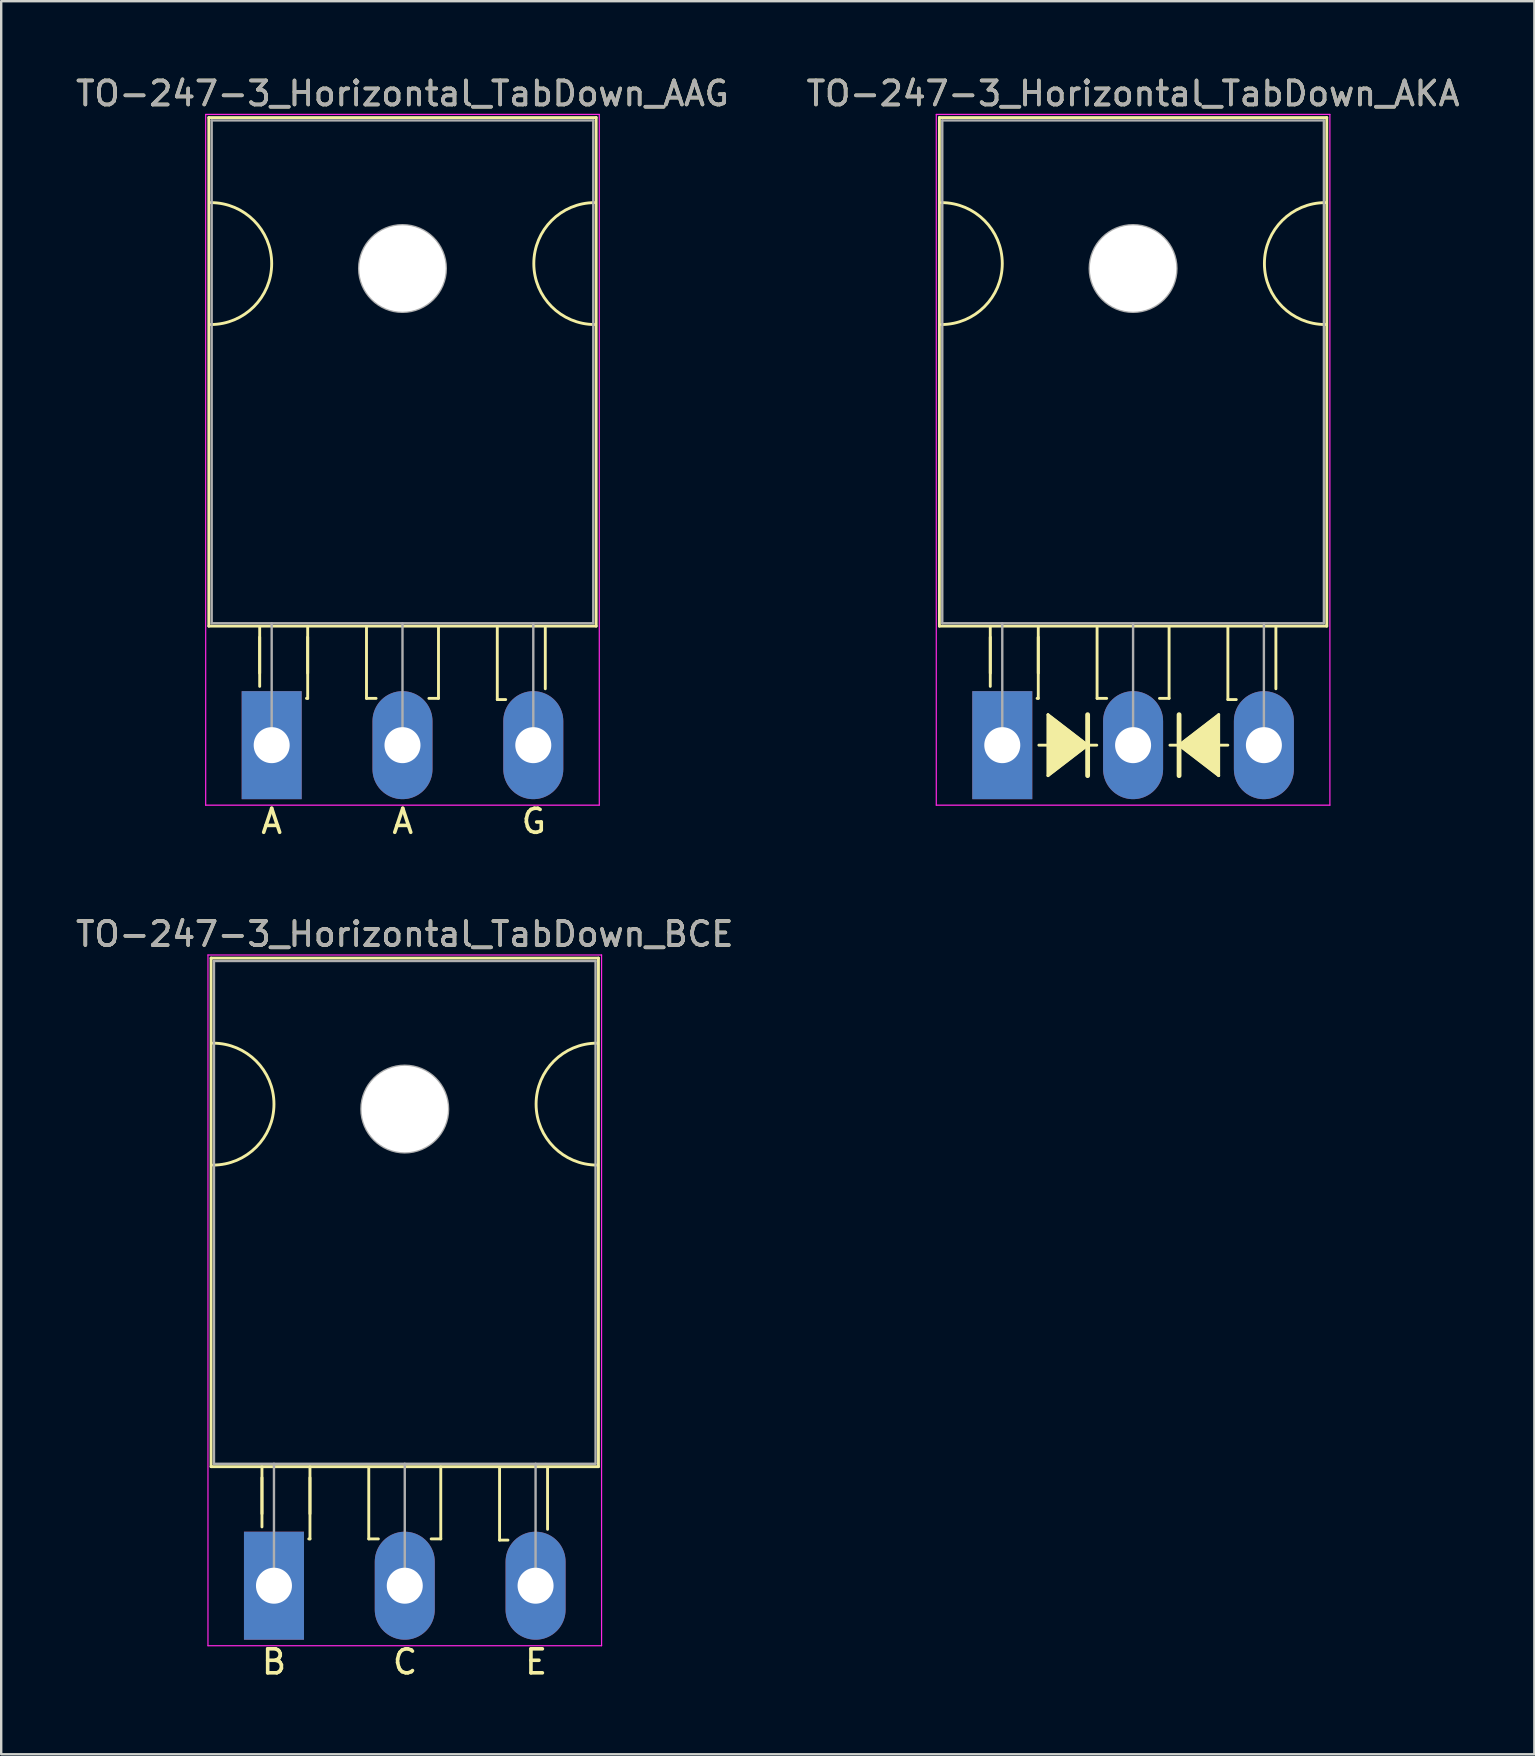
<source format=kicad_pcb>
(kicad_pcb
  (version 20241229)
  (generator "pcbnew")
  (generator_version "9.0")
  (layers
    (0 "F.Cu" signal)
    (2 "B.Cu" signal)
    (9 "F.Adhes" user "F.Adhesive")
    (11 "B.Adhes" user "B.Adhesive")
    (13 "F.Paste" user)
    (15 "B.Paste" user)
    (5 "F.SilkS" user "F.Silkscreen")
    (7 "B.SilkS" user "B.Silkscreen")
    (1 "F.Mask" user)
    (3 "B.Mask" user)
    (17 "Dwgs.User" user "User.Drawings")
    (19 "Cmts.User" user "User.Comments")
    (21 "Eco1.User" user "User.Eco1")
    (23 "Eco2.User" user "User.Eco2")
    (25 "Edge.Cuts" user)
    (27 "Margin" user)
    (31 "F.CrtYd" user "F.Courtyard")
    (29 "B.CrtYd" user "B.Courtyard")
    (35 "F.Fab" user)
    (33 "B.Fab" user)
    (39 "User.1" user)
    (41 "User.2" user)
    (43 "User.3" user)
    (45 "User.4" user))
  (footprint "TO-247-3_Horizontal_TabDown_BCE"
    (layer "F.Cu")
    (at 8.365 63.02)
    (property "Reference" "TO-247-3_Horizontal_TabDown_BCE" (at 5.45 -27.15 0) (layer "F.SilkS") (effects (font (size 1 1) (thickness 0.15))))
    (fp_line (start -2.62 -26.15) (end -2.62 -4.96) (stroke (width 0.12) (type solid)) (layer "F.SilkS"))
    (fp_line (start -2.62 -26.15) (end 13.52 -26.15) (stroke (width 0.12) (type solid)) (layer "F.SilkS"))
    (fp_line (start -2.62 -4.96) (end 13.52 -4.96) (stroke (width 0.12) (type solid)) (layer "F.SilkS"))
    (fp_line (start -0.5 -4.95) (end -0.5 -2.45) (stroke (width 0.12) (type solid)) (layer "F.SilkS"))
    (fp_line (start -0.5 -4.5) (end -0.5 -3) (stroke (width 0.12) (type solid)) (layer "F.SilkS"))
    (fp_line (start 1.5 -4.95) (end 1.5 -1.95) (stroke (width 0.12) (type solid)) (layer "F.SilkS"))
    (fp_line (start 1.5 -4.5) (end 1.5 -3) (stroke (width 0.12) (type solid)) (layer "F.SilkS"))
    (fp_line (start 1.5 -1.95) (end 1.45 -1.95) (stroke (width 0.12) (type solid)) (layer "F.SilkS"))
    (fp_line (start 3.95 -4.9) (end 3.95 -1.95) (stroke (width 0.12) (type solid)) (layer "F.SilkS"))
    (fp_line (start 3.95 -1.95) (end 4.35 -1.95) (stroke (width 0.12) (type solid)) (layer "F.SilkS"))
    (fp_line (start 6.95 -4.95) (end 6.95 -1.95) (stroke (width 0.12) (type solid)) (layer "F.SilkS"))
    (fp_line (start 6.95 -1.95) (end 6.55 -1.95) (stroke (width 0.12) (type solid)) (layer "F.SilkS"))
    (fp_line (start 9.4 -4.9) (end 9.4 -1.9) (stroke (width 0.12) (type solid)) (layer "F.SilkS"))
    (fp_line (start 9.4 -1.9) (end 9.75 -1.9) (stroke (width 0.12) (type solid)) (layer "F.SilkS"))
    (fp_line (start 11.4 -4.9) (end 11.4 -2.35) (stroke (width 0.12) (type solid)) (layer "F.SilkS"))
    (fp_line (start 13.52 -26.15) (end 13.52 -4.96) (stroke (width 0.12) (type solid)) (layer "F.SilkS"))
    (fp_arc (start -2.54 -22.606) (mid 0 -20.066) (end -2.54 -17.526) (stroke (width 0.12) (type solid)) (layer "F.SilkS"))
    (fp_arc (start 13.462 -17.526) (mid 10.922 -20.066) (end 13.462 -22.606) (stroke (width 0.12) (type solid)) (layer "F.SilkS"))
    (fp_line (start -2.75 -26.28) (end -2.75 2.5) (stroke (width 0.05) (type solid)) (layer "F.CrtYd"))
    (fp_line (start -2.75 2.5) (end 13.65 2.5) (stroke (width 0.05) (type solid)) (layer "F.CrtYd"))
    (fp_line (start 13.65 -26.28) (end -2.75 -26.28) (stroke (width 0.05) (type solid)) (layer "F.CrtYd"))
    (fp_line (start 13.65 2.5) (end 13.65 -26.28) (stroke (width 0.05) (type solid)) (layer "F.CrtYd"))
    (fp_line (start -2.5 -26.03) (end 13.4 -26.03) (stroke (width 0.1) (type solid)) (layer "F.Fab"))
    (fp_line (start -2.5 -5.08) (end -2.5 -26.03) (stroke (width 0.1) (type solid)) (layer "F.Fab"))
    (fp_line (start 0 -5.08) (end 0 0) (stroke (width 0.1) (type solid)) (layer "F.Fab"))
    (fp_line (start 5.45 -5.08) (end 5.45 0) (stroke (width 0.1) (type solid)) (layer "F.Fab"))
    (fp_line (start 10.9 -5.08) (end 10.9 0) (stroke (width 0.1) (type solid)) (layer "F.Fab"))
    (fp_line (start 13.4 -26.03) (end 13.4 -5.08) (stroke (width 0.1) (type solid)) (layer "F.Fab"))
    (fp_line (start 13.4 -5.08) (end -2.5 -5.08) (stroke (width 0.1) (type solid)) (layer "F.Fab"))
    (fp_circle (center 5.45 -19.86) (end 7.255 -19.86) (stroke (width 0.1) (type solid)) (fill no) (layer "F.Fab"))
    (fp_text user "B" (at 0 3.175 0) (unlocked yes) (layer "F.SilkS") (effects (font (size 1 1) (thickness 0.15))))
    (fp_text user "E" (at 10.922 3.175 0) (unlocked yes) (layer "F.SilkS") (effects (font (size 1 1) (thickness 0.15))))
    (fp_text user "C" (at 5.461 3.175 0) (unlocked yes) (layer "F.SilkS") (effects (font (size 1 1) (thickness 0.15))))
    (fp_text user "${REFERENCE}" (at 5.45 -27.15 0) (layer "F.Fab") (effects (font (size 1 1) (thickness 0.15))))
    (pad "" np_thru_hole oval (at 5.45 -19.86) (size 3.6 3.6) (drill 3.6) (layers "*.Cu" "*.Mask"))
    (pad "1" thru_hole rect (at 0 0) (size 2.5 4.5) (drill 1.5) (layers "*.Cu" "*.Mask"))
    (pad "2" thru_hole oval (at 5.45 0) (size 2.5 4.5) (drill 1.5) (layers "*.Cu" "*.Mask"))
    (pad "3" thru_hole oval (at 10.9 0) (size 2.5 4.5) (drill 1.5) (layers "*.Cu" "*.Mask")))
  (footprint "TO-247-3_Horizontal_TabDown_AKA"
    (layer "F.Cu")
    (at 38.711 27.998)
    (property "Reference" "TO-247-3_Horizontal_TabDown_AKA" (at 5.45 -27.15 0) (layer "F.SilkS") (effects (font (size 1 1) (thickness 0.15))))
    (attr through_hole)
    (fp_line (start -2.62 -26.15) (end -2.62 -4.96) (stroke (width 0.12) (type solid)) (layer "F.SilkS"))
    (fp_line (start -2.62 -26.15) (end 13.52 -26.15) (stroke (width 0.12) (type solid)) (layer "F.SilkS"))
    (fp_line (start -2.62 -4.96) (end 13.52 -4.96) (stroke (width 0.12) (type solid)) (layer "F.SilkS"))
    (fp_line (start -0.5 -4.95) (end -0.5 -2.45) (stroke (width 0.12) (type solid)) (layer "F.SilkS"))
    (fp_line (start -0.5 -4.5) (end -0.5 -3) (stroke (width 0.12) (type solid)) (layer "F.SilkS"))
    (fp_line (start 1.5 -4.95) (end 1.5 -1.95) (stroke (width 0.12) (type solid)) (layer "F.SilkS"))
    (fp_line (start 1.5 -4.5) (end 1.5 -3) (stroke (width 0.12) (type solid)) (layer "F.SilkS"))
    (fp_line (start 1.5 -1.95) (end 1.45 -1.95) (stroke (width 0.12) (type solid)) (layer "F.SilkS"))
    (fp_line (start 1.524 0) (end 1.905 0) (stroke (width 0.12) (type solid)) (layer "F.SilkS"))
    (fp_line (start 1.905 -1.27) (end 1.905 1.27) (stroke (width 0.12) (type solid)) (layer "F.SilkS"))
    (fp_line (start 1.905 1.27) (end 3.556 0) (stroke (width 0.12) (type solid)) (layer "F.SilkS"))
    (fp_line (start 3.556 0) (end 1.905 -1.27) (stroke (width 0.12) (type solid)) (layer "F.SilkS"))
    (fp_line (start 3.556 0) (end 3.556 -1.27) (stroke (width 0.2) (type solid)) (layer "F.SilkS"))
    (fp_line (start 3.556 1.27) (end 3.556 0) (stroke (width 0.2) (type solid)) (layer "F.SilkS"))
    (fp_line (start 3.937 0) (end 3.556 0) (stroke (width 0.12) (type solid)) (layer "F.SilkS"))
    (fp_line (start 3.95 -4.9) (end 3.95 -1.95) (stroke (width 0.12) (type solid)) (layer "F.SilkS"))
    (fp_line (start 3.95 -1.95) (end 4.35 -1.95) (stroke (width 0.12) (type solid)) (layer "F.SilkS"))
    (fp_line (start 6.95 -4.95) (end 6.95 -1.95) (stroke (width 0.12) (type solid)) (layer "F.SilkS"))
    (fp_line (start 6.95 -1.95) (end 6.55 -1.95) (stroke (width 0.12) (type solid)) (layer "F.SilkS"))
    (fp_line (start 6.985 0) (end 7.366 0) (stroke (width 0.12) (type solid)) (layer "F.SilkS"))
    (fp_line (start 7.366 -1.27) (end 7.366 0) (stroke (width 0.2) (type solid)) (layer "F.SilkS"))
    (fp_line (start 7.366 0) (end 7.366 1.27) (stroke (width 0.2) (type solid)) (layer "F.SilkS"))
    (fp_line (start 7.366 0) (end 9.017 1.27) (stroke (width 0.12) (type solid)) (layer "F.SilkS"))
    (fp_line (start 9.017 -1.27) (end 7.366 0) (stroke (width 0.12) (type solid)) (layer "F.SilkS"))
    (fp_line (start 9.017 1.27) (end 9.017 -1.27) (stroke (width 0.12) (type solid)) (layer "F.SilkS"))
    (fp_line (start 9.398 0) (end 9.017 0) (stroke (width 0.12) (type solid)) (layer "F.SilkS"))
    (fp_line (start 9.4 -4.9) (end 9.4 -1.9) (stroke (width 0.12) (type solid)) (layer "F.SilkS"))
    (fp_line (start 9.4 -1.9) (end 9.75 -1.9) (stroke (width 0.12) (type solid)) (layer "F.SilkS"))
    (fp_line (start 11.4 -4.9) (end 11.4 -2.35) (stroke (width 0.12) (type solid)) (layer "F.SilkS"))
    (fp_line (start 13.52 -26.15) (end 13.52 -4.96) (stroke (width 0.12) (type solid)) (layer "F.SilkS"))
    (fp_arc (start -2.54 -22.606) (mid 0 -20.066) (end -2.54 -17.526) (stroke (width 0.12) (type solid)) (layer "F.SilkS"))
    (fp_arc (start 13.462 -17.526) (mid 10.922 -20.066) (end 13.462 -22.606) (stroke (width 0.12) (type solid)) (layer "F.SilkS"))
    (fp_poly (pts (xy 3.556 0) (xy 1.905 1.27) (xy 1.905 -1.27)) (stroke (width 0.1) (type solid)) (fill yes) (layer "F.SilkS"))
    (fp_poly (pts (xy 9.017 1.27) (xy 7.366 0) (xy 9.017 -1.27)) (stroke (width 0.1) (type solid)) (fill yes) (layer "F.SilkS"))
    (fp_line (start -2.75 -26.28) (end -2.75 2.5) (stroke (width 0.05) (type solid)) (layer "F.CrtYd"))
    (fp_line (start -2.75 2.5) (end 13.65 2.5) (stroke (width 0.05) (type solid)) (layer "F.CrtYd"))
    (fp_line (start 13.65 -26.28) (end -2.75 -26.28) (stroke (width 0.05) (type solid)) (layer "F.CrtYd"))
    (fp_line (start 13.65 2.5) (end 13.65 -26.28) (stroke (width 0.05) (type solid)) (layer "F.CrtYd"))
    (fp_line (start -2.5 -26.03) (end 13.4 -26.03) (stroke (width 0.1) (type solid)) (layer "F.Fab"))
    (fp_line (start -2.5 -5.08) (end -2.5 -26.03) (stroke (width 0.1) (type solid)) (layer "F.Fab"))
    (fp_line (start 0 -5.08) (end 0 0) (stroke (width 0.1) (type solid)) (layer "F.Fab"))
    (fp_line (start 5.45 -5.08) (end 5.45 0) (stroke (width 0.1) (type solid)) (layer "F.Fab"))
    (fp_line (start 10.9 -5.08) (end 10.9 0) (stroke (width 0.1) (type solid)) (layer "F.Fab"))
    (fp_line (start 13.4 -26.03) (end 13.4 -5.08) (stroke (width 0.1) (type solid)) (layer "F.Fab"))
    (fp_line (start 13.4 -5.08) (end -2.5 -5.08) (stroke (width 0.1) (type solid)) (layer "F.Fab"))
    (fp_circle (center 5.45 -19.86) (end 7.255 -19.86) (stroke (width 0.1) (type solid)) (fill no) (layer "F.Fab"))
    (fp_text user "${REFERENCE}" (at 5.45 -27.15 0) (layer "F.Fab") (effects (font (size 1 1) (thickness 0.15))))
    (pad "" np_thru_hole oval (at 5.45 -19.86) (size 3.6 3.6) (drill 3.6) (layers "*.Cu" "*.Mask"))
    (pad "1" thru_hole rect (at 0 0) (size 2.5 4.5) (drill 1.5) (layers "*.Cu" "*.Mask"))
    (pad "2" thru_hole oval (at 5.45 0) (size 2.5 4.5) (drill 1.5) (layers "*.Cu" "*.Mask"))
    (pad "3" thru_hole oval (at 10.9 0) (size 2.5 4.5) (drill 1.5) (layers "*.Cu" "*.Mask")))
  (footprint "TO-247-3_Horizontal_TabDown_AAG"
    (layer "F.Cu")
    (at 8.27 27.998)
    (property "Reference" "TO-247-3_Horizontal_TabDown_AAG" (at 5.45 -27.15 0) (layer "F.SilkS") (effects (font (size 1 1) (thickness 0.15))))
    (fp_line (start -2.62 -26.15) (end -2.62 -4.96) (stroke (width 0.12) (type solid)) (layer "F.SilkS"))
    (fp_line (start -2.62 -26.15) (end 13.52 -26.15) (stroke (width 0.12) (type solid)) (layer "F.SilkS"))
    (fp_line (start -2.62 -4.96) (end 13.52 -4.96) (stroke (width 0.12) (type solid)) (layer "F.SilkS"))
    (fp_line (start -0.5 -4.95) (end -0.5 -2.45) (stroke (width 0.12) (type solid)) (layer "F.SilkS"))
    (fp_line (start -0.5 -4.5) (end -0.5 -3) (stroke (width 0.12) (type solid)) (layer "F.SilkS"))
    (fp_line (start 1.5 -4.95) (end 1.5 -1.95) (stroke (width 0.12) (type solid)) (layer "F.SilkS"))
    (fp_line (start 1.5 -4.5) (end 1.5 -3) (stroke (width 0.12) (type solid)) (layer "F.SilkS"))
    (fp_line (start 1.5 -1.95) (end 1.45 -1.95) (stroke (width 0.12) (type solid)) (layer "F.SilkS"))
    (fp_line (start 3.95 -4.9) (end 3.95 -1.95) (stroke (width 0.12) (type solid)) (layer "F.SilkS"))
    (fp_line (start 3.95 -1.95) (end 4.35 -1.95) (stroke (width 0.12) (type solid)) (layer "F.SilkS"))
    (fp_line (start 6.95 -4.95) (end 6.95 -1.95) (stroke (width 0.12) (type solid)) (layer "F.SilkS"))
    (fp_line (start 6.95 -1.95) (end 6.55 -1.95) (stroke (width 0.12) (type solid)) (layer "F.SilkS"))
    (fp_line (start 9.4 -4.9) (end 9.4 -1.9) (stroke (width 0.12) (type solid)) (layer "F.SilkS"))
    (fp_line (start 9.4 -1.9) (end 9.75 -1.9) (stroke (width 0.12) (type solid)) (layer "F.SilkS"))
    (fp_line (start 11.4 -4.9) (end 11.4 -2.35) (stroke (width 0.12) (type solid)) (layer "F.SilkS"))
    (fp_line (start 13.52 -26.15) (end 13.52 -4.96) (stroke (width 0.12) (type solid)) (layer "F.SilkS"))
    (fp_arc (start -2.54 -22.606) (mid 0 -20.066) (end -2.54 -17.526) (stroke (width 0.12) (type solid)) (layer "F.SilkS"))
    (fp_arc (start 13.462 -17.526) (mid 10.922 -20.066) (end 13.462 -22.606) (stroke (width 0.12) (type solid)) (layer "F.SilkS"))
    (fp_line (start -2.75 -26.28) (end -2.75 2.5) (stroke (width 0.05) (type solid)) (layer "F.CrtYd"))
    (fp_line (start -2.75 2.5) (end 13.65 2.5) (stroke (width 0.05) (type solid)) (layer "F.CrtYd"))
    (fp_line (start 13.65 -26.28) (end -2.75 -26.28) (stroke (width 0.05) (type solid)) (layer "F.CrtYd"))
    (fp_line (start 13.65 2.5) (end 13.65 -26.28) (stroke (width 0.05) (type solid)) (layer "F.CrtYd"))
    (fp_line (start -2.5 -26.03) (end 13.4 -26.03) (stroke (width 0.1) (type solid)) (layer "F.Fab"))
    (fp_line (start -2.5 -5.08) (end -2.5 -26.03) (stroke (width 0.1) (type solid)) (layer "F.Fab"))
    (fp_line (start 0 -5.08) (end 0 0) (stroke (width 0.1) (type solid)) (layer "F.Fab"))
    (fp_line (start 5.45 -5.08) (end 5.45 0) (stroke (width 0.1) (type solid)) (layer "F.Fab"))
    (fp_line (start 10.9 -5.08) (end 10.9 0) (stroke (width 0.1) (type solid)) (layer "F.Fab"))
    (fp_line (start 13.4 -26.03) (end 13.4 -5.08) (stroke (width 0.1) (type solid)) (layer "F.Fab"))
    (fp_line (start 13.4 -5.08) (end -2.5 -5.08) (stroke (width 0.1) (type solid)) (layer "F.Fab"))
    (fp_circle (center 5.45 -19.86) (end 7.255 -19.86) (stroke (width 0.1) (type solid)) (fill no) (layer "F.Fab"))
    (fp_text user "A" (at 0 3.175 0) (unlocked yes) (layer "F.SilkS") (effects (font (size 1 1) (thickness 0.15))))
    (fp_text user "G" (at 10.922 3.175 0) (unlocked yes) (layer "F.SilkS") (effects (font (size 1 1) (thickness 0.15))))
    (fp_text user "A" (at 5.461 3.175 0) (unlocked yes) (layer "F.SilkS") (effects (font (size 1 1) (thickness 0.15))))
    (fp_text user "${REFERENCE}" (at 5.45 -27.15 0) (layer "F.Fab") (effects (font (size 1 1) (thickness 0.15))))
    (pad "" np_thru_hole oval (at 5.45 -19.86) (size 3.6 3.6) (drill 3.6) (layers "*.Cu" "*.Mask"))
    (pad "1" thru_hole rect (at 0 0) (size 2.5 4.5) (drill 1.5) (layers "*.Cu" "*.Mask"))
    (pad "2" thru_hole oval (at 5.45 0) (size 2.5 4.5) (drill 1.5) (layers "*.Cu" "*.Mask"))
    (pad "3" thru_hole oval (at 10.9 0) (size 2.5 4.5) (drill 1.5) (layers "*.Cu" "*.Mask")))
  (gr_rect
    (start -3 -3)
    (end 60.881 70.043)
    (stroke (width 0.1) (type default))
    (fill no)
    (layer "Edge.Cuts")))
</source>
